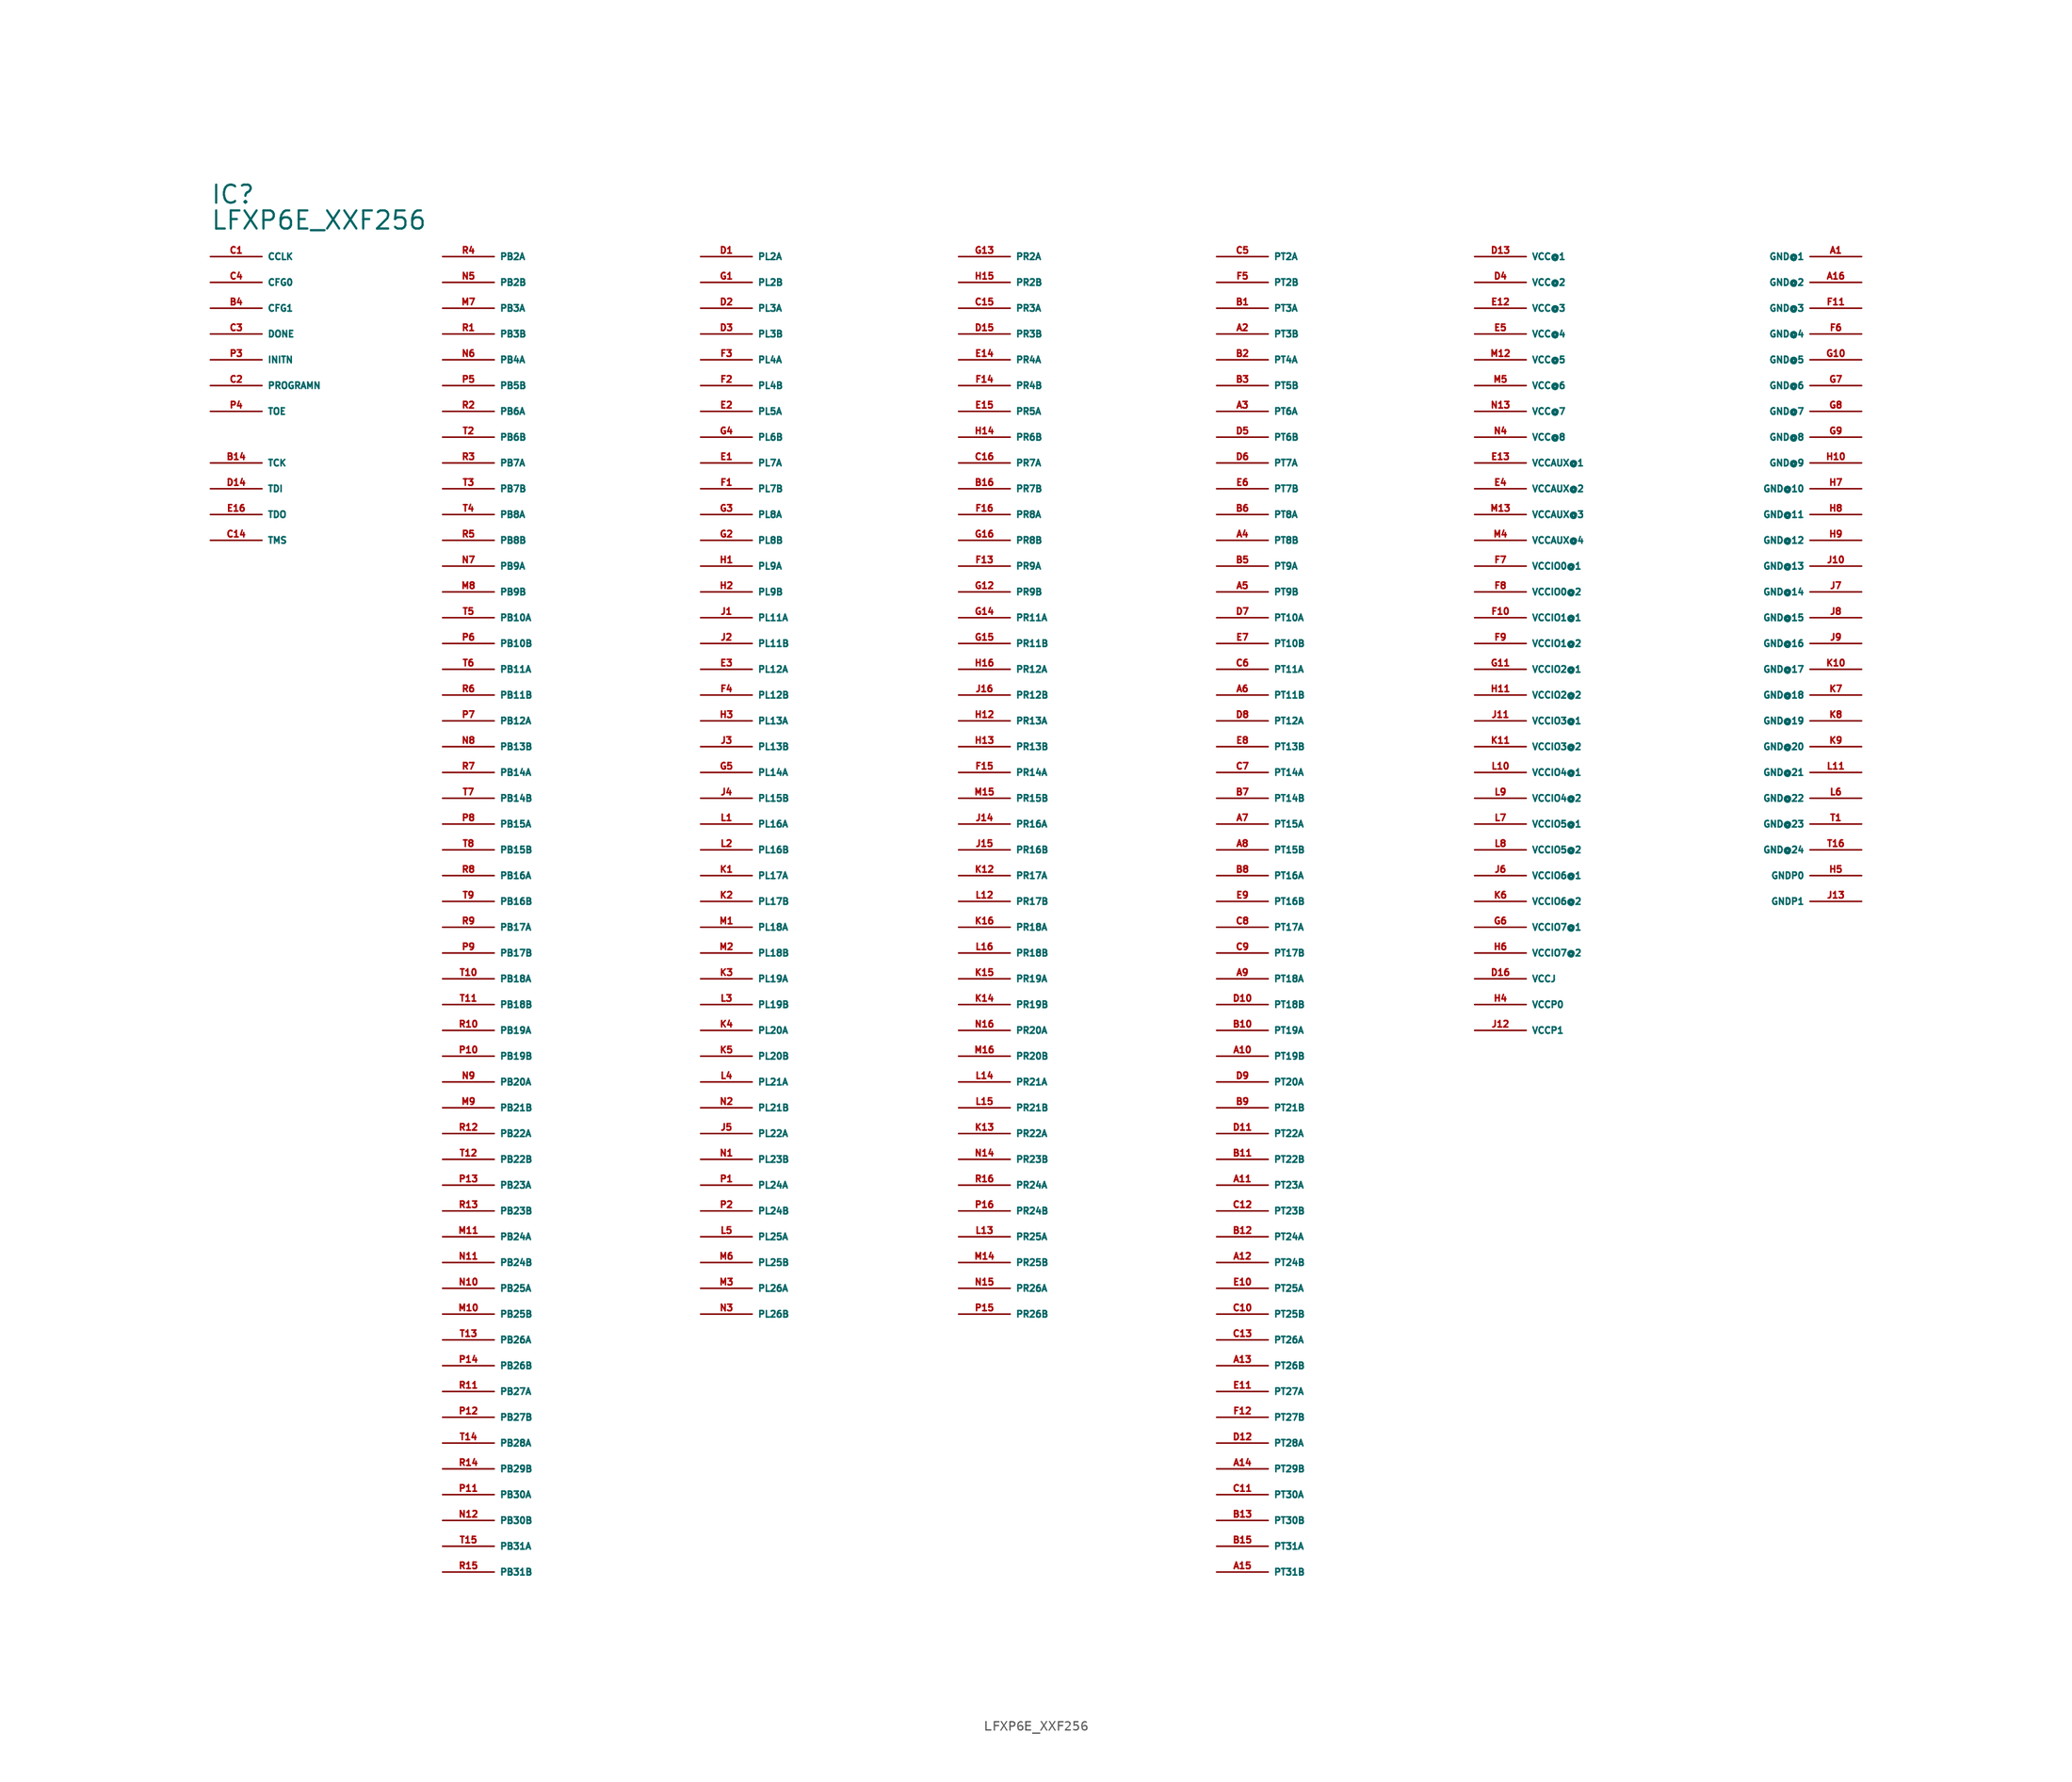
<source format=kicad_sym>
(kicad_symbol_lib
  (version 20220914)
  (generator Eagle2Kicad)
  (symbol "LFXP6E_XXF256"
    (property "Reference" "IC"
      (at -78.74 86.36 0)
      (effects (font (size 1.778 1.778) (thickness 0.22)) (justify left bottom)))
    (property "Value" "LFXP6E_XXF256"
      (at -78.74 83.82 0)
      (effects (font (size 1.778 1.778) (thickness 0.22)) (justify left bottom)))
    (pin bidirectional line
      (at -78.74 81.28 0)
      (length 5.08)
      (name "CCLK" (effects (font (size 0.635 0.635) (thickness 0.08)) (justify left bottom)))
      (number "C1" (effects (font (size 0.635 0.635) (thickness 0.08)) (justify left bottom))))
    (pin input line
      (at -78.74 78.74 0)
      (length 5.08)
      (name "CFG0" (effects (font (size 0.635 0.635) (thickness 0.08)) (justify left bottom)))
      (number "C4" (effects (font (size 0.635 0.635) (thickness 0.08)) (justify left bottom))))
    (pin input line
      (at -78.74 76.2 0)
      (length 5.08)
      (name "CFG1" (effects (font (size 0.635 0.635) (thickness 0.08)) (justify left bottom)))
      (number "B4" (effects (font (size 0.635 0.635) (thickness 0.08)) (justify left bottom))))
    (pin bidirectional line
      (at -78.74 73.66 0)
      (length 5.08)
      (name "DONE" (effects (font (size 0.635 0.635) (thickness 0.08)) (justify left bottom)))
      (number "C3" (effects (font (size 0.635 0.635) (thickness 0.08)) (justify left bottom))))
    (pin unspecified line
      (at 83.82 81.28 180)
      (length 5.08)
      (name "GND@1" (effects (font (size 0.635 0.635) (thickness 0.08)) (justify left bottom)))
      (number "A1" (effects (font (size 0.635 0.635) (thickness 0.08)) (justify left bottom))))
    (pin unspecified line
      (at 83.82 78.74 180)
      (length 5.08)
      (name "GND@2" (effects (font (size 0.635 0.635) (thickness 0.08)) (justify left bottom)))
      (number "A16" (effects (font (size 0.635 0.635) (thickness 0.08)) (justify left bottom))))
    (pin unspecified line
      (at 83.82 76.2 180)
      (length 5.08)
      (name "GND@3" (effects (font (size 0.635 0.635) (thickness 0.08)) (justify left bottom)))
      (number "F11" (effects (font (size 0.635 0.635) (thickness 0.08)) (justify left bottom))))
    (pin unspecified line
      (at 83.82 73.66 180)
      (length 5.08)
      (name "GND@4" (effects (font (size 0.635 0.635) (thickness 0.08)) (justify left bottom)))
      (number "F6" (effects (font (size 0.635 0.635) (thickness 0.08)) (justify left bottom))))
    (pin unspecified line
      (at 83.82 71.12 180)
      (length 5.08)
      (name "GND@5" (effects (font (size 0.635 0.635) (thickness 0.08)) (justify left bottom)))
      (number "G10" (effects (font (size 0.635 0.635) (thickness 0.08)) (justify left bottom))))
    (pin unspecified line
      (at 83.82 68.58 180)
      (length 5.08)
      (name "GND@6" (effects (font (size 0.635 0.635) (thickness 0.08)) (justify left bottom)))
      (number "G7" (effects (font (size 0.635 0.635) (thickness 0.08)) (justify left bottom))))
    (pin unspecified line
      (at 83.82 66.04 180)
      (length 5.08)
      (name "GND@7" (effects (font (size 0.635 0.635) (thickness 0.08)) (justify left bottom)))
      (number "G8" (effects (font (size 0.635 0.635) (thickness 0.08)) (justify left bottom))))
    (pin unspecified line
      (at 83.82 63.5 180)
      (length 5.08)
      (name "GND@8" (effects (font (size 0.635 0.635) (thickness 0.08)) (justify left bottom)))
      (number "G9" (effects (font (size 0.635 0.635) (thickness 0.08)) (justify left bottom))))
    (pin unspecified line
      (at 83.82 60.96 180)
      (length 5.08)
      (name "GND@9" (effects (font (size 0.635 0.635) (thickness 0.08)) (justify left bottom)))
      (number "H10" (effects (font (size 0.635 0.635) (thickness 0.08)) (justify left bottom))))
    (pin unspecified line
      (at 83.82 58.42 180)
      (length 5.08)
      (name "GND@10" (effects (font (size 0.635 0.635) (thickness 0.08)) (justify left bottom)))
      (number "H7" (effects (font (size 0.635 0.635) (thickness 0.08)) (justify left bottom))))
    (pin unspecified line
      (at 83.82 55.88 180)
      (length 5.08)
      (name "GND@11" (effects (font (size 0.635 0.635) (thickness 0.08)) (justify left bottom)))
      (number "H8" (effects (font (size 0.635 0.635) (thickness 0.08)) (justify left bottom))))
    (pin unspecified line
      (at 83.82 53.34 180)
      (length 5.08)
      (name "GND@12" (effects (font (size 0.635 0.635) (thickness 0.08)) (justify left bottom)))
      (number "H9" (effects (font (size 0.635 0.635) (thickness 0.08)) (justify left bottom))))
    (pin unspecified line
      (at 83.82 50.8 180)
      (length 5.08)
      (name "GND@13" (effects (font (size 0.635 0.635) (thickness 0.08)) (justify left bottom)))
      (number "J10" (effects (font (size 0.635 0.635) (thickness 0.08)) (justify left bottom))))
    (pin unspecified line
      (at 83.82 48.26 180)
      (length 5.08)
      (name "GND@14" (effects (font (size 0.635 0.635) (thickness 0.08)) (justify left bottom)))
      (number "J7" (effects (font (size 0.635 0.635) (thickness 0.08)) (justify left bottom))))
    (pin unspecified line
      (at 83.82 45.72 180)
      (length 5.08)
      (name "GND@15" (effects (font (size 0.635 0.635) (thickness 0.08)) (justify left bottom)))
      (number "J8" (effects (font (size 0.635 0.635) (thickness 0.08)) (justify left bottom))))
    (pin unspecified line
      (at 83.82 43.18 180)
      (length 5.08)
      (name "GND@16" (effects (font (size 0.635 0.635) (thickness 0.08)) (justify left bottom)))
      (number "J9" (effects (font (size 0.635 0.635) (thickness 0.08)) (justify left bottom))))
    (pin unspecified line
      (at 83.82 40.64 180)
      (length 5.08)
      (name "GND@17" (effects (font (size 0.635 0.635) (thickness 0.08)) (justify left bottom)))
      (number "K10" (effects (font (size 0.635 0.635) (thickness 0.08)) (justify left bottom))))
    (pin unspecified line
      (at 83.82 38.1 180)
      (length 5.08)
      (name "GND@18" (effects (font (size 0.635 0.635) (thickness 0.08)) (justify left bottom)))
      (number "K7" (effects (font (size 0.635 0.635) (thickness 0.08)) (justify left bottom))))
    (pin unspecified line
      (at 83.82 35.56 180)
      (length 5.08)
      (name "GND@19" (effects (font (size 0.635 0.635) (thickness 0.08)) (justify left bottom)))
      (number "K8" (effects (font (size 0.635 0.635) (thickness 0.08)) (justify left bottom))))
    (pin unspecified line
      (at 83.82 33.02 180)
      (length 5.08)
      (name "GND@20" (effects (font (size 0.635 0.635) (thickness 0.08)) (justify left bottom)))
      (number "K9" (effects (font (size 0.635 0.635) (thickness 0.08)) (justify left bottom))))
    (pin unspecified line
      (at 83.82 30.48 180)
      (length 5.08)
      (name "GND@21" (effects (font (size 0.635 0.635) (thickness 0.08)) (justify left bottom)))
      (number "L11" (effects (font (size 0.635 0.635) (thickness 0.08)) (justify left bottom))))
    (pin unspecified line
      (at 83.82 27.94 180)
      (length 5.08)
      (name "GND@22" (effects (font (size 0.635 0.635) (thickness 0.08)) (justify left bottom)))
      (number "L6" (effects (font (size 0.635 0.635) (thickness 0.08)) (justify left bottom))))
    (pin unspecified line
      (at 83.82 25.4 180)
      (length 5.08)
      (name "GND@23" (effects (font (size 0.635 0.635) (thickness 0.08)) (justify left bottom)))
      (number "T1" (effects (font (size 0.635 0.635) (thickness 0.08)) (justify left bottom))))
    (pin unspecified line
      (at 83.82 22.86 180)
      (length 5.08)
      (name "GND@24" (effects (font (size 0.635 0.635) (thickness 0.08)) (justify left bottom)))
      (number "T16" (effects (font (size 0.635 0.635) (thickness 0.08)) (justify left bottom))))
    (pin unspecified line
      (at 83.82 20.32 180)
      (length 5.08)
      (name "GNDP0" (effects (font (size 0.635 0.635) (thickness 0.08)) (justify left bottom)))
      (number "H5" (effects (font (size 0.635 0.635) (thickness 0.08)) (justify left bottom))))
    (pin unspecified line
      (at 83.82 17.78 180)
      (length 5.08)
      (name "GNDP1" (effects (font (size 0.635 0.635) (thickness 0.08)) (justify left bottom)))
      (number "J13" (effects (font (size 0.635 0.635) (thickness 0.08)) (justify left bottom))))
    (pin bidirectional line
      (at -78.74 71.12 0)
      (length 5.08)
      (name "INITN" (effects (font (size 0.635 0.635) (thickness 0.08)) (justify left bottom)))
      (number "P3" (effects (font (size 0.635 0.635) (thickness 0.08)) (justify left bottom))))
    (pin bidirectional line
      (at -55.88 81.28 0)
      (length 5.08)
      (name "PB2A" (effects (font (size 0.635 0.635) (thickness 0.08)) (justify left bottom)))
      (number "R4" (effects (font (size 0.635 0.635) (thickness 0.08)) (justify left bottom))))
    (pin bidirectional line
      (at -55.88 78.74 0)
      (length 5.08)
      (name "PB2B" (effects (font (size 0.635 0.635) (thickness 0.08)) (justify left bottom)))
      (number "N5" (effects (font (size 0.635 0.635) (thickness 0.08)) (justify left bottom))))
    (pin bidirectional line
      (at -55.88 76.2 0)
      (length 5.08)
      (name "PB3A" (effects (font (size 0.635 0.635) (thickness 0.08)) (justify left bottom)))
      (number "M7" (effects (font (size 0.635 0.635) (thickness 0.08)) (justify left bottom))))
    (pin bidirectional line
      (at -55.88 73.66 0)
      (length 5.08)
      (name "PB3B" (effects (font (size 0.635 0.635) (thickness 0.08)) (justify left bottom)))
      (number "R1" (effects (font (size 0.635 0.635) (thickness 0.08)) (justify left bottom))))
    (pin bidirectional line
      (at -55.88 71.12 0)
      (length 5.08)
      (name "PB4A" (effects (font (size 0.635 0.635) (thickness 0.08)) (justify left bottom)))
      (number "N6" (effects (font (size 0.635 0.635) (thickness 0.08)) (justify left bottom))))
    (pin bidirectional line
      (at -55.88 68.58 0)
      (length 5.08)
      (name "PB5B" (effects (font (size 0.635 0.635) (thickness 0.08)) (justify left bottom)))
      (number "P5" (effects (font (size 0.635 0.635) (thickness 0.08)) (justify left bottom))))
    (pin bidirectional line
      (at -55.88 66.04 0)
      (length 5.08)
      (name "PB6A" (effects (font (size 0.635 0.635) (thickness 0.08)) (justify left bottom)))
      (number "R2" (effects (font (size 0.635 0.635) (thickness 0.08)) (justify left bottom))))
    (pin bidirectional line
      (at -55.88 63.5 0)
      (length 5.08)
      (name "PB6B" (effects (font (size 0.635 0.635) (thickness 0.08)) (justify left bottom)))
      (number "T2" (effects (font (size 0.635 0.635) (thickness 0.08)) (justify left bottom))))
    (pin bidirectional line
      (at -55.88 60.96 0)
      (length 5.08)
      (name "PB7A" (effects (font (size 0.635 0.635) (thickness 0.08)) (justify left bottom)))
      (number "R3" (effects (font (size 0.635 0.635) (thickness 0.08)) (justify left bottom))))
    (pin bidirectional line
      (at -55.88 58.42 0)
      (length 5.08)
      (name "PB7B" (effects (font (size 0.635 0.635) (thickness 0.08)) (justify left bottom)))
      (number "T3" (effects (font (size 0.635 0.635) (thickness 0.08)) (justify left bottom))))
    (pin bidirectional line
      (at -55.88 55.88 0)
      (length 5.08)
      (name "PB8A" (effects (font (size 0.635 0.635) (thickness 0.08)) (justify left bottom)))
      (number "T4" (effects (font (size 0.635 0.635) (thickness 0.08)) (justify left bottom))))
    (pin bidirectional line
      (at -55.88 53.34 0)
      (length 5.08)
      (name "PB8B" (effects (font (size 0.635 0.635) (thickness 0.08)) (justify left bottom)))
      (number "R5" (effects (font (size 0.635 0.635) (thickness 0.08)) (justify left bottom))))
    (pin bidirectional line
      (at -55.88 50.8 0)
      (length 5.08)
      (name "PB9A" (effects (font (size 0.635 0.635) (thickness 0.08)) (justify left bottom)))
      (number "N7" (effects (font (size 0.635 0.635) (thickness 0.08)) (justify left bottom))))
    (pin bidirectional line
      (at -55.88 48.26 0)
      (length 5.08)
      (name "PB9B" (effects (font (size 0.635 0.635) (thickness 0.08)) (justify left bottom)))
      (number "M8" (effects (font (size 0.635 0.635) (thickness 0.08)) (justify left bottom))))
    (pin bidirectional line
      (at -55.88 45.72 0)
      (length 5.08)
      (name "PB10A" (effects (font (size 0.635 0.635) (thickness 0.08)) (justify left bottom)))
      (number "T5" (effects (font (size 0.635 0.635) (thickness 0.08)) (justify left bottom))))
    (pin bidirectional line
      (at -55.88 43.18 0)
      (length 5.08)
      (name "PB10B" (effects (font (size 0.635 0.635) (thickness 0.08)) (justify left bottom)))
      (number "P6" (effects (font (size 0.635 0.635) (thickness 0.08)) (justify left bottom))))
    (pin bidirectional line
      (at -55.88 40.64 0)
      (length 5.08)
      (name "PB11A" (effects (font (size 0.635 0.635) (thickness 0.08)) (justify left bottom)))
      (number "T6" (effects (font (size 0.635 0.635) (thickness 0.08)) (justify left bottom))))
    (pin bidirectional line
      (at -55.88 38.1 0)
      (length 5.08)
      (name "PB11B" (effects (font (size 0.635 0.635) (thickness 0.08)) (justify left bottom)))
      (number "R6" (effects (font (size 0.635 0.635) (thickness 0.08)) (justify left bottom))))
    (pin bidirectional line
      (at -55.88 35.56 0)
      (length 5.08)
      (name "PB12A" (effects (font (size 0.635 0.635) (thickness 0.08)) (justify left bottom)))
      (number "P7" (effects (font (size 0.635 0.635) (thickness 0.08)) (justify left bottom))))
    (pin bidirectional line
      (at -55.88 33.02 0)
      (length 5.08)
      (name "PB13B" (effects (font (size 0.635 0.635) (thickness 0.08)) (justify left bottom)))
      (number "N8" (effects (font (size 0.635 0.635) (thickness 0.08)) (justify left bottom))))
    (pin bidirectional line
      (at -55.88 30.48 0)
      (length 5.08)
      (name "PB14A" (effects (font (size 0.635 0.635) (thickness 0.08)) (justify left bottom)))
      (number "R7" (effects (font (size 0.635 0.635) (thickness 0.08)) (justify left bottom))))
    (pin bidirectional line
      (at -55.88 27.94 0)
      (length 5.08)
      (name "PB14B" (effects (font (size 0.635 0.635) (thickness 0.08)) (justify left bottom)))
      (number "T7" (effects (font (size 0.635 0.635) (thickness 0.08)) (justify left bottom))))
    (pin bidirectional line
      (at -55.88 25.4 0)
      (length 5.08)
      (name "PB15A" (effects (font (size 0.635 0.635) (thickness 0.08)) (justify left bottom)))
      (number "P8" (effects (font (size 0.635 0.635) (thickness 0.08)) (justify left bottom))))
    (pin bidirectional line
      (at -55.88 22.86 0)
      (length 5.08)
      (name "PB15B" (effects (font (size 0.635 0.635) (thickness 0.08)) (justify left bottom)))
      (number "T8" (effects (font (size 0.635 0.635) (thickness 0.08)) (justify left bottom))))
    (pin bidirectional line
      (at -55.88 20.32 0)
      (length 5.08)
      (name "PB16A" (effects (font (size 0.635 0.635) (thickness 0.08)) (justify left bottom)))
      (number "R8" (effects (font (size 0.635 0.635) (thickness 0.08)) (justify left bottom))))
    (pin bidirectional line
      (at -55.88 17.78 0)
      (length 5.08)
      (name "PB16B" (effects (font (size 0.635 0.635) (thickness 0.08)) (justify left bottom)))
      (number "T9" (effects (font (size 0.635 0.635) (thickness 0.08)) (justify left bottom))))
    (pin bidirectional line
      (at -55.88 15.24 0)
      (length 5.08)
      (name "PB17A" (effects (font (size 0.635 0.635) (thickness 0.08)) (justify left bottom)))
      (number "R9" (effects (font (size 0.635 0.635) (thickness 0.08)) (justify left bottom))))
    (pin bidirectional line
      (at -55.88 12.7 0)
      (length 5.08)
      (name "PB17B" (effects (font (size 0.635 0.635) (thickness 0.08)) (justify left bottom)))
      (number "P9" (effects (font (size 0.635 0.635) (thickness 0.08)) (justify left bottom))))
    (pin bidirectional line
      (at -55.88 10.16 0)
      (length 5.08)
      (name "PB18A" (effects (font (size 0.635 0.635) (thickness 0.08)) (justify left bottom)))
      (number "T10" (effects (font (size 0.635 0.635) (thickness 0.08)) (justify left bottom))))
    (pin bidirectional line
      (at -55.88 7.62 0)
      (length 5.08)
      (name "PB18B" (effects (font (size 0.635 0.635) (thickness 0.08)) (justify left bottom)))
      (number "T11" (effects (font (size 0.635 0.635) (thickness 0.08)) (justify left bottom))))
    (pin bidirectional line
      (at -55.88 5.08 0)
      (length 5.08)
      (name "PB19A" (effects (font (size 0.635 0.635) (thickness 0.08)) (justify left bottom)))
      (number "R10" (effects (font (size 0.635 0.635) (thickness 0.08)) (justify left bottom))))
    (pin bidirectional line
      (at -55.88 2.54 0)
      (length 5.08)
      (name "PB19B" (effects (font (size 0.635 0.635) (thickness 0.08)) (justify left bottom)))
      (number "P10" (effects (font (size 0.635 0.635) (thickness 0.08)) (justify left bottom))))
    (pin bidirectional line
      (at -55.88 0 0)
      (length 5.08)
      (name "PB20A" (effects (font (size 0.635 0.635) (thickness 0.08)) (justify left bottom)))
      (number "N9" (effects (font (size 0.635 0.635) (thickness 0.08)) (justify left bottom))))
    (pin bidirectional line
      (at -55.88 -2.54 0)
      (length 5.08)
      (name "PB21B" (effects (font (size 0.635 0.635) (thickness 0.08)) (justify left bottom)))
      (number "M9" (effects (font (size 0.635 0.635) (thickness 0.08)) (justify left bottom))))
    (pin bidirectional line
      (at -55.88 -5.08 0)
      (length 5.08)
      (name "PB22A" (effects (font (size 0.635 0.635) (thickness 0.08)) (justify left bottom)))
      (number "R12" (effects (font (size 0.635 0.635) (thickness 0.08)) (justify left bottom))))
    (pin bidirectional line
      (at -55.88 -7.62 0)
      (length 5.08)
      (name "PB22B" (effects (font (size 0.635 0.635) (thickness 0.08)) (justify left bottom)))
      (number "T12" (effects (font (size 0.635 0.635) (thickness 0.08)) (justify left bottom))))
    (pin bidirectional line
      (at -55.88 -10.16 0)
      (length 5.08)
      (name "PB23A" (effects (font (size 0.635 0.635) (thickness 0.08)) (justify left bottom)))
      (number "P13" (effects (font (size 0.635 0.635) (thickness 0.08)) (justify left bottom))))
    (pin bidirectional line
      (at -55.88 -12.7 0)
      (length 5.08)
      (name "PB23B" (effects (font (size 0.635 0.635) (thickness 0.08)) (justify left bottom)))
      (number "R13" (effects (font (size 0.635 0.635) (thickness 0.08)) (justify left bottom))))
    (pin bidirectional line
      (at -55.88 -15.24 0)
      (length 5.08)
      (name "PB24A" (effects (font (size 0.635 0.635) (thickness 0.08)) (justify left bottom)))
      (number "M11" (effects (font (size 0.635 0.635) (thickness 0.08)) (justify left bottom))))
    (pin bidirectional line
      (at -55.88 -17.78 0)
      (length 5.08)
      (name "PB24B" (effects (font (size 0.635 0.635) (thickness 0.08)) (justify left bottom)))
      (number "N11" (effects (font (size 0.635 0.635) (thickness 0.08)) (justify left bottom))))
    (pin bidirectional line
      (at -55.88 -20.32 0)
      (length 5.08)
      (name "PB25A" (effects (font (size 0.635 0.635) (thickness 0.08)) (justify left bottom)))
      (number "N10" (effects (font (size 0.635 0.635) (thickness 0.08)) (justify left bottom))))
    (pin bidirectional line
      (at -55.88 -22.86 0)
      (length 5.08)
      (name "PB25B" (effects (font (size 0.635 0.635) (thickness 0.08)) (justify left bottom)))
      (number "M10" (effects (font (size 0.635 0.635) (thickness 0.08)) (justify left bottom))))
    (pin bidirectional line
      (at -55.88 -25.4 0)
      (length 5.08)
      (name "PB26A" (effects (font (size 0.635 0.635) (thickness 0.08)) (justify left bottom)))
      (number "T13" (effects (font (size 0.635 0.635) (thickness 0.08)) (justify left bottom))))
    (pin bidirectional line
      (at -55.88 -27.94 0)
      (length 5.08)
      (name "PB26B" (effects (font (size 0.635 0.635) (thickness 0.08)) (justify left bottom)))
      (number "P14" (effects (font (size 0.635 0.635) (thickness 0.08)) (justify left bottom))))
    (pin bidirectional line
      (at -55.88 -30.48 0)
      (length 5.08)
      (name "PB27A" (effects (font (size 0.635 0.635) (thickness 0.08)) (justify left bottom)))
      (number "R11" (effects (font (size 0.635 0.635) (thickness 0.08)) (justify left bottom))))
    (pin bidirectional line
      (at -55.88 -33.02 0)
      (length 5.08)
      (name "PB27B" (effects (font (size 0.635 0.635) (thickness 0.08)) (justify left bottom)))
      (number "P12" (effects (font (size 0.635 0.635) (thickness 0.08)) (justify left bottom))))
    (pin bidirectional line
      (at -55.88 -35.56 0)
      (length 5.08)
      (name "PB28A" (effects (font (size 0.635 0.635) (thickness 0.08)) (justify left bottom)))
      (number "T14" (effects (font (size 0.635 0.635) (thickness 0.08)) (justify left bottom))))
    (pin bidirectional line
      (at -55.88 -38.1 0)
      (length 5.08)
      (name "PB29B" (effects (font (size 0.635 0.635) (thickness 0.08)) (justify left bottom)))
      (number "R14" (effects (font (size 0.635 0.635) (thickness 0.08)) (justify left bottom))))
    (pin bidirectional line
      (at -55.88 -40.64 0)
      (length 5.08)
      (name "PB30A" (effects (font (size 0.635 0.635) (thickness 0.08)) (justify left bottom)))
      (number "P11" (effects (font (size 0.635 0.635) (thickness 0.08)) (justify left bottom))))
    (pin bidirectional line
      (at -55.88 -43.18 0)
      (length 5.08)
      (name "PB30B" (effects (font (size 0.635 0.635) (thickness 0.08)) (justify left bottom)))
      (number "N12" (effects (font (size 0.635 0.635) (thickness 0.08)) (justify left bottom))))
    (pin bidirectional line
      (at -55.88 -45.72 0)
      (length 5.08)
      (name "PB31A" (effects (font (size 0.635 0.635) (thickness 0.08)) (justify left bottom)))
      (number "T15" (effects (font (size 0.635 0.635) (thickness 0.08)) (justify left bottom))))
    (pin bidirectional line
      (at -55.88 -48.26 0)
      (length 5.08)
      (name "PB31B" (effects (font (size 0.635 0.635) (thickness 0.08)) (justify left bottom)))
      (number "R15" (effects (font (size 0.635 0.635) (thickness 0.08)) (justify left bottom))))
    (pin bidirectional line
      (at -30.48 81.28 0)
      (length 5.08)
      (name "PL2A" (effects (font (size 0.635 0.635) (thickness 0.08)) (justify left bottom)))
      (number "D1" (effects (font (size 0.635 0.635) (thickness 0.08)) (justify left bottom))))
    (pin bidirectional line
      (at -30.48 78.74 0)
      (length 5.08)
      (name "PL2B" (effects (font (size 0.635 0.635) (thickness 0.08)) (justify left bottom)))
      (number "G1" (effects (font (size 0.635 0.635) (thickness 0.08)) (justify left bottom))))
    (pin bidirectional line
      (at -30.48 76.2 0)
      (length 5.08)
      (name "PL3A" (effects (font (size 0.635 0.635) (thickness 0.08)) (justify left bottom)))
      (number "D2" (effects (font (size 0.635 0.635) (thickness 0.08)) (justify left bottom))))
    (pin bidirectional line
      (at -30.48 73.66 0)
      (length 5.08)
      (name "PL3B" (effects (font (size 0.635 0.635) (thickness 0.08)) (justify left bottom)))
      (number "D3" (effects (font (size 0.635 0.635) (thickness 0.08)) (justify left bottom))))
    (pin bidirectional line
      (at -30.48 71.12 0)
      (length 5.08)
      (name "PL4A" (effects (font (size 0.635 0.635) (thickness 0.08)) (justify left bottom)))
      (number "F3" (effects (font (size 0.635 0.635) (thickness 0.08)) (justify left bottom))))
    (pin bidirectional line
      (at -30.48 68.58 0)
      (length 5.08)
      (name "PL4B" (effects (font (size 0.635 0.635) (thickness 0.08)) (justify left bottom)))
      (number "F2" (effects (font (size 0.635 0.635) (thickness 0.08)) (justify left bottom))))
    (pin bidirectional line
      (at -30.48 66.04 0)
      (length 5.08)
      (name "PL5A" (effects (font (size 0.635 0.635) (thickness 0.08)) (justify left bottom)))
      (number "E2" (effects (font (size 0.635 0.635) (thickness 0.08)) (justify left bottom))))
    (pin bidirectional line
      (at -30.48 63.5 0)
      (length 5.08)
      (name "PL6B" (effects (font (size 0.635 0.635) (thickness 0.08)) (justify left bottom)))
      (number "G4" (effects (font (size 0.635 0.635) (thickness 0.08)) (justify left bottom))))
    (pin bidirectional line
      (at -30.48 60.96 0)
      (length 5.08)
      (name "PL7A" (effects (font (size 0.635 0.635) (thickness 0.08)) (justify left bottom)))
      (number "E1" (effects (font (size 0.635 0.635) (thickness 0.08)) (justify left bottom))))
    (pin bidirectional line
      (at -30.48 58.42 0)
      (length 5.08)
      (name "PL7B" (effects (font (size 0.635 0.635) (thickness 0.08)) (justify left bottom)))
      (number "F1" (effects (font (size 0.635 0.635) (thickness 0.08)) (justify left bottom))))
    (pin bidirectional line
      (at -30.48 55.88 0)
      (length 5.08)
      (name "PL8A" (effects (font (size 0.635 0.635) (thickness 0.08)) (justify left bottom)))
      (number "G3" (effects (font (size 0.635 0.635) (thickness 0.08)) (justify left bottom))))
    (pin bidirectional line
      (at -30.48 53.34 0)
      (length 5.08)
      (name "PL8B" (effects (font (size 0.635 0.635) (thickness 0.08)) (justify left bottom)))
      (number "G2" (effects (font (size 0.635 0.635) (thickness 0.08)) (justify left bottom))))
    (pin bidirectional line
      (at -30.48 50.8 0)
      (length 5.08)
      (name "PL9A" (effects (font (size 0.635 0.635) (thickness 0.08)) (justify left bottom)))
      (number "H1" (effects (font (size 0.635 0.635) (thickness 0.08)) (justify left bottom))))
    (pin bidirectional line
      (at -30.48 48.26 0)
      (length 5.08)
      (name "PL9B" (effects (font (size 0.635 0.635) (thickness 0.08)) (justify left bottom)))
      (number "H2" (effects (font (size 0.635 0.635) (thickness 0.08)) (justify left bottom))))
    (pin bidirectional line
      (at -30.48 45.72 0)
      (length 5.08)
      (name "PL11A" (effects (font (size 0.635 0.635) (thickness 0.08)) (justify left bottom)))
      (number "J1" (effects (font (size 0.635 0.635) (thickness 0.08)) (justify left bottom))))
    (pin bidirectional line
      (at -30.48 43.18 0)
      (length 5.08)
      (name "PL11B" (effects (font (size 0.635 0.635) (thickness 0.08)) (justify left bottom)))
      (number "J2" (effects (font (size 0.635 0.635) (thickness 0.08)) (justify left bottom))))
    (pin bidirectional line
      (at -30.48 40.64 0)
      (length 5.08)
      (name "PL12A" (effects (font (size 0.635 0.635) (thickness 0.08)) (justify left bottom)))
      (number "E3" (effects (font (size 0.635 0.635) (thickness 0.08)) (justify left bottom))))
    (pin bidirectional line
      (at -30.48 38.1 0)
      (length 5.08)
      (name "PL12B" (effects (font (size 0.635 0.635) (thickness 0.08)) (justify left bottom)))
      (number "F4" (effects (font (size 0.635 0.635) (thickness 0.08)) (justify left bottom))))
    (pin bidirectional line
      (at -30.48 35.56 0)
      (length 5.08)
      (name "PL13A" (effects (font (size 0.635 0.635) (thickness 0.08)) (justify left bottom)))
      (number "H3" (effects (font (size 0.635 0.635) (thickness 0.08)) (justify left bottom))))
    (pin bidirectional line
      (at -30.48 33.02 0)
      (length 5.08)
      (name "PL13B" (effects (font (size 0.635 0.635) (thickness 0.08)) (justify left bottom)))
      (number "J3" (effects (font (size 0.635 0.635) (thickness 0.08)) (justify left bottom))))
    (pin bidirectional line
      (at -30.48 30.48 0)
      (length 5.08)
      (name "PL14A" (effects (font (size 0.635 0.635) (thickness 0.08)) (justify left bottom)))
      (number "G5" (effects (font (size 0.635 0.635) (thickness 0.08)) (justify left bottom))))
    (pin bidirectional line
      (at -30.48 27.94 0)
      (length 5.08)
      (name "PL15B" (effects (font (size 0.635 0.635) (thickness 0.08)) (justify left bottom)))
      (number "J4" (effects (font (size 0.635 0.635) (thickness 0.08)) (justify left bottom))))
    (pin bidirectional line
      (at -30.48 25.4 0)
      (length 5.08)
      (name "PL16A" (effects (font (size 0.635 0.635) (thickness 0.08)) (justify left bottom)))
      (number "L1" (effects (font (size 0.635 0.635) (thickness 0.08)) (justify left bottom))))
    (pin bidirectional line
      (at -30.48 22.86 0)
      (length 5.08)
      (name "PL16B" (effects (font (size 0.635 0.635) (thickness 0.08)) (justify left bottom)))
      (number "L2" (effects (font (size 0.635 0.635) (thickness 0.08)) (justify left bottom))))
    (pin bidirectional line
      (at -30.48 20.32 0)
      (length 5.08)
      (name "PL17A" (effects (font (size 0.635 0.635) (thickness 0.08)) (justify left bottom)))
      (number "K1" (effects (font (size 0.635 0.635) (thickness 0.08)) (justify left bottom))))
    (pin bidirectional line
      (at -30.48 17.78 0)
      (length 5.08)
      (name "PL17B" (effects (font (size 0.635 0.635) (thickness 0.08)) (justify left bottom)))
      (number "K2" (effects (font (size 0.635 0.635) (thickness 0.08)) (justify left bottom))))
    (pin bidirectional line
      (at -30.48 15.24 0)
      (length 5.08)
      (name "PL18A" (effects (font (size 0.635 0.635) (thickness 0.08)) (justify left bottom)))
      (number "M1" (effects (font (size 0.635 0.635) (thickness 0.08)) (justify left bottom))))
    (pin bidirectional line
      (at -30.48 12.7 0)
      (length 5.08)
      (name "PL18B" (effects (font (size 0.635 0.635) (thickness 0.08)) (justify left bottom)))
      (number "M2" (effects (font (size 0.635 0.635) (thickness 0.08)) (justify left bottom))))
    (pin bidirectional line
      (at -30.48 10.16 0)
      (length 5.08)
      (name "PL19A" (effects (font (size 0.635 0.635) (thickness 0.08)) (justify left bottom)))
      (number "K3" (effects (font (size 0.635 0.635) (thickness 0.08)) (justify left bottom))))
    (pin bidirectional line
      (at -30.48 7.62 0)
      (length 5.08)
      (name "PL19B" (effects (font (size 0.635 0.635) (thickness 0.08)) (justify left bottom)))
      (number "L3" (effects (font (size 0.635 0.635) (thickness 0.08)) (justify left bottom))))
    (pin bidirectional line
      (at -30.48 5.08 0)
      (length 5.08)
      (name "PL20A" (effects (font (size 0.635 0.635) (thickness 0.08)) (justify left bottom)))
      (number "K4" (effects (font (size 0.635 0.635) (thickness 0.08)) (justify left bottom))))
    (pin bidirectional line
      (at -30.48 2.54 0)
      (length 5.08)
      (name "PL20B" (effects (font (size 0.635 0.635) (thickness 0.08)) (justify left bottom)))
      (number "K5" (effects (font (size 0.635 0.635) (thickness 0.08)) (justify left bottom))))
    (pin bidirectional line
      (at -30.48 0 0)
      (length 5.08)
      (name "PL21A" (effects (font (size 0.635 0.635) (thickness 0.08)) (justify left bottom)))
      (number "L4" (effects (font (size 0.635 0.635) (thickness 0.08)) (justify left bottom))))
    (pin bidirectional line
      (at -30.48 -2.54 0)
      (length 5.08)
      (name "PL21B" (effects (font (size 0.635 0.635) (thickness 0.08)) (justify left bottom)))
      (number "N2" (effects (font (size 0.635 0.635) (thickness 0.08)) (justify left bottom))))
    (pin bidirectional line
      (at -30.48 -5.08 0)
      (length 5.08)
      (name "PL22A" (effects (font (size 0.635 0.635) (thickness 0.08)) (justify left bottom)))
      (number "J5" (effects (font (size 0.635 0.635) (thickness 0.08)) (justify left bottom))))
    (pin bidirectional line
      (at -30.48 -7.62 0)
      (length 5.08)
      (name "PL23B" (effects (font (size 0.635 0.635) (thickness 0.08)) (justify left bottom)))
      (number "N1" (effects (font (size 0.635 0.635) (thickness 0.08)) (justify left bottom))))
    (pin bidirectional line
      (at -30.48 -10.16 0)
      (length 5.08)
      (name "PL24A" (effects (font (size 0.635 0.635) (thickness 0.08)) (justify left bottom)))
      (number "P1" (effects (font (size 0.635 0.635) (thickness 0.08)) (justify left bottom))))
    (pin bidirectional line
      (at -30.48 -12.7 0)
      (length 5.08)
      (name "PL24B" (effects (font (size 0.635 0.635) (thickness 0.08)) (justify left bottom)))
      (number "P2" (effects (font (size 0.635 0.635) (thickness 0.08)) (justify left bottom))))
    (pin bidirectional line
      (at -30.48 -15.24 0)
      (length 5.08)
      (name "PL25A" (effects (font (size 0.635 0.635) (thickness 0.08)) (justify left bottom)))
      (number "L5" (effects (font (size 0.635 0.635) (thickness 0.08)) (justify left bottom))))
    (pin bidirectional line
      (at -30.48 -17.78 0)
      (length 5.08)
      (name "PL25B" (effects (font (size 0.635 0.635) (thickness 0.08)) (justify left bottom)))
      (number "M6" (effects (font (size 0.635 0.635) (thickness 0.08)) (justify left bottom))))
    (pin bidirectional line
      (at -30.48 -20.32 0)
      (length 5.08)
      (name "PL26A" (effects (font (size 0.635 0.635) (thickness 0.08)) (justify left bottom)))
      (number "M3" (effects (font (size 0.635 0.635) (thickness 0.08)) (justify left bottom))))
    (pin bidirectional line
      (at -30.48 -22.86 0)
      (length 5.08)
      (name "PL26B" (effects (font (size 0.635 0.635) (thickness 0.08)) (justify left bottom)))
      (number "N3" (effects (font (size 0.635 0.635) (thickness 0.08)) (justify left bottom))))
    (pin bidirectional line
      (at -5.08 81.28 0)
      (length 5.08)
      (name "PR2A" (effects (font (size 0.635 0.635) (thickness 0.08)) (justify left bottom)))
      (number "G13" (effects (font (size 0.635 0.635) (thickness 0.08)) (justify left bottom))))
    (pin bidirectional line
      (at -5.08 78.74 0)
      (length 5.08)
      (name "PR2B" (effects (font (size 0.635 0.635) (thickness 0.08)) (justify left bottom)))
      (number "H15" (effects (font (size 0.635 0.635) (thickness 0.08)) (justify left bottom))))
    (pin bidirectional line
      (at -5.08 76.2 0)
      (length 5.08)
      (name "PR3A" (effects (font (size 0.635 0.635) (thickness 0.08)) (justify left bottom)))
      (number "C15" (effects (font (size 0.635 0.635) (thickness 0.08)) (justify left bottom))))
    (pin bidirectional line
      (at -5.08 73.66 0)
      (length 5.08)
      (name "PR3B" (effects (font (size 0.635 0.635) (thickness 0.08)) (justify left bottom)))
      (number "D15" (effects (font (size 0.635 0.635) (thickness 0.08)) (justify left bottom))))
    (pin bidirectional line
      (at -5.08 71.12 0)
      (length 5.08)
      (name "PR4A" (effects (font (size 0.635 0.635) (thickness 0.08)) (justify left bottom)))
      (number "E14" (effects (font (size 0.635 0.635) (thickness 0.08)) (justify left bottom))))
    (pin bidirectional line
      (at -5.08 68.58 0)
      (length 5.08)
      (name "PR4B" (effects (font (size 0.635 0.635) (thickness 0.08)) (justify left bottom)))
      (number "F14" (effects (font (size 0.635 0.635) (thickness 0.08)) (justify left bottom))))
    (pin bidirectional line
      (at -5.08 66.04 0)
      (length 5.08)
      (name "PR5A" (effects (font (size 0.635 0.635) (thickness 0.08)) (justify left bottom)))
      (number "E15" (effects (font (size 0.635 0.635) (thickness 0.08)) (justify left bottom))))
    (pin bidirectional line
      (at -5.08 63.5 0)
      (length 5.08)
      (name "PR6B" (effects (font (size 0.635 0.635) (thickness 0.08)) (justify left bottom)))
      (number "H14" (effects (font (size 0.635 0.635) (thickness 0.08)) (justify left bottom))))
    (pin bidirectional line
      (at -5.08 60.96 0)
      (length 5.08)
      (name "PR7A" (effects (font (size 0.635 0.635) (thickness 0.08)) (justify left bottom)))
      (number "C16" (effects (font (size 0.635 0.635) (thickness 0.08)) (justify left bottom))))
    (pin bidirectional line
      (at -5.08 58.42 0)
      (length 5.08)
      (name "PR7B" (effects (font (size 0.635 0.635) (thickness 0.08)) (justify left bottom)))
      (number "B16" (effects (font (size 0.635 0.635) (thickness 0.08)) (justify left bottom))))
    (pin bidirectional line
      (at -5.08 55.88 0)
      (length 5.08)
      (name "PR8A" (effects (font (size 0.635 0.635) (thickness 0.08)) (justify left bottom)))
      (number "F16" (effects (font (size 0.635 0.635) (thickness 0.08)) (justify left bottom))))
    (pin bidirectional line
      (at -5.08 53.34 0)
      (length 5.08)
      (name "PR8B" (effects (font (size 0.635 0.635) (thickness 0.08)) (justify left bottom)))
      (number "G16" (effects (font (size 0.635 0.635) (thickness 0.08)) (justify left bottom))))
    (pin bidirectional line
      (at -5.08 50.8 0)
      (length 5.08)
      (name "PR9A" (effects (font (size 0.635 0.635) (thickness 0.08)) (justify left bottom)))
      (number "F13" (effects (font (size 0.635 0.635) (thickness 0.08)) (justify left bottom))))
    (pin bidirectional line
      (at -5.08 48.26 0)
      (length 5.08)
      (name "PR9B" (effects (font (size 0.635 0.635) (thickness 0.08)) (justify left bottom)))
      (number "G12" (effects (font (size 0.635 0.635) (thickness 0.08)) (justify left bottom))))
    (pin bidirectional line
      (at -5.08 45.72 0)
      (length 5.08)
      (name "PR11A" (effects (font (size 0.635 0.635) (thickness 0.08)) (justify left bottom)))
      (number "G14" (effects (font (size 0.635 0.635) (thickness 0.08)) (justify left bottom))))
    (pin bidirectional line
      (at -5.08 43.18 0)
      (length 5.08)
      (name "PR11B" (effects (font (size 0.635 0.635) (thickness 0.08)) (justify left bottom)))
      (number "G15" (effects (font (size 0.635 0.635) (thickness 0.08)) (justify left bottom))))
    (pin bidirectional line
      (at -5.08 40.64 0)
      (length 5.08)
      (name "PR12A" (effects (font (size 0.635 0.635) (thickness 0.08)) (justify left bottom)))
      (number "H16" (effects (font (size 0.635 0.635) (thickness 0.08)) (justify left bottom))))
    (pin bidirectional line
      (at -5.08 38.1 0)
      (length 5.08)
      (name "PR12B" (effects (font (size 0.635 0.635) (thickness 0.08)) (justify left bottom)))
      (number "J16" (effects (font (size 0.635 0.635) (thickness 0.08)) (justify left bottom))))
    (pin bidirectional line
      (at -5.08 35.56 0)
      (length 5.08)
      (name "PR13A" (effects (font (size 0.635 0.635) (thickness 0.08)) (justify left bottom)))
      (number "H12" (effects (font (size 0.635 0.635) (thickness 0.08)) (justify left bottom))))
    (pin bidirectional line
      (at -5.08 33.02 0)
      (length 5.08)
      (name "PR13B" (effects (font (size 0.635 0.635) (thickness 0.08)) (justify left bottom)))
      (number "H13" (effects (font (size 0.635 0.635) (thickness 0.08)) (justify left bottom))))
    (pin bidirectional line
      (at -5.08 30.48 0)
      (length 5.08)
      (name "PR14A" (effects (font (size 0.635 0.635) (thickness 0.08)) (justify left bottom)))
      (number "F15" (effects (font (size 0.635 0.635) (thickness 0.08)) (justify left bottom))))
    (pin bidirectional line
      (at -5.08 27.94 0)
      (length 5.08)
      (name "PR15B" (effects (font (size 0.635 0.635) (thickness 0.08)) (justify left bottom)))
      (number "M15" (effects (font (size 0.635 0.635) (thickness 0.08)) (justify left bottom))))
    (pin bidirectional line
      (at -5.08 25.4 0)
      (length 5.08)
      (name "PR16A" (effects (font (size 0.635 0.635) (thickness 0.08)) (justify left bottom)))
      (number "J14" (effects (font (size 0.635 0.635) (thickness 0.08)) (justify left bottom))))
    (pin bidirectional line
      (at -5.08 22.86 0)
      (length 5.08)
      (name "PR16B" (effects (font (size 0.635 0.635) (thickness 0.08)) (justify left bottom)))
      (number "J15" (effects (font (size 0.635 0.635) (thickness 0.08)) (justify left bottom))))
    (pin bidirectional line
      (at -5.08 20.32 0)
      (length 5.08)
      (name "PR17A" (effects (font (size 0.635 0.635) (thickness 0.08)) (justify left bottom)))
      (number "K12" (effects (font (size 0.635 0.635) (thickness 0.08)) (justify left bottom))))
    (pin bidirectional line
      (at -5.08 17.78 0)
      (length 5.08)
      (name "PR17B" (effects (font (size 0.635 0.635) (thickness 0.08)) (justify left bottom)))
      (number "L12" (effects (font (size 0.635 0.635) (thickness 0.08)) (justify left bottom))))
    (pin bidirectional line
      (at -5.08 15.24 0)
      (length 5.08)
      (name "PR18A" (effects (font (size 0.635 0.635) (thickness 0.08)) (justify left bottom)))
      (number "K16" (effects (font (size 0.635 0.635) (thickness 0.08)) (justify left bottom))))
    (pin bidirectional line
      (at -5.08 12.7 0)
      (length 5.08)
      (name "PR18B" (effects (font (size 0.635 0.635) (thickness 0.08)) (justify left bottom)))
      (number "L16" (effects (font (size 0.635 0.635) (thickness 0.08)) (justify left bottom))))
    (pin bidirectional line
      (at -5.08 10.16 0)
      (length 5.08)
      (name "PR19A" (effects (font (size 0.635 0.635) (thickness 0.08)) (justify left bottom)))
      (number "K15" (effects (font (size 0.635 0.635) (thickness 0.08)) (justify left bottom))))
    (pin bidirectional line
      (at -5.08 7.62 0)
      (length 5.08)
      (name "PR19B" (effects (font (size 0.635 0.635) (thickness 0.08)) (justify left bottom)))
      (number "K14" (effects (font (size 0.635 0.635) (thickness 0.08)) (justify left bottom))))
    (pin bidirectional line
      (at -5.08 5.08 0)
      (length 5.08)
      (name "PR20A" (effects (font (size 0.635 0.635) (thickness 0.08)) (justify left bottom)))
      (number "N16" (effects (font (size 0.635 0.635) (thickness 0.08)) (justify left bottom))))
    (pin bidirectional line
      (at -5.08 2.54 0)
      (length 5.08)
      (name "PR20B" (effects (font (size 0.635 0.635) (thickness 0.08)) (justify left bottom)))
      (number "M16" (effects (font (size 0.635 0.635) (thickness 0.08)) (justify left bottom))))
    (pin bidirectional line
      (at -5.08 0 0)
      (length 5.08)
      (name "PR21A" (effects (font (size 0.635 0.635) (thickness 0.08)) (justify left bottom)))
      (number "L14" (effects (font (size 0.635 0.635) (thickness 0.08)) (justify left bottom))))
    (pin bidirectional line
      (at -5.08 -2.54 0)
      (length 5.08)
      (name "PR21B" (effects (font (size 0.635 0.635) (thickness 0.08)) (justify left bottom)))
      (number "L15" (effects (font (size 0.635 0.635) (thickness 0.08)) (justify left bottom))))
    (pin bidirectional line
      (at -5.08 -5.08 0)
      (length 5.08)
      (name "PR22A" (effects (font (size 0.635 0.635) (thickness 0.08)) (justify left bottom)))
      (number "K13" (effects (font (size 0.635 0.635) (thickness 0.08)) (justify left bottom))))
    (pin bidirectional line
      (at -5.08 -7.62 0)
      (length 5.08)
      (name "PR23B" (effects (font (size 0.635 0.635) (thickness 0.08)) (justify left bottom)))
      (number "N14" (effects (font (size 0.635 0.635) (thickness 0.08)) (justify left bottom))))
    (pin bidirectional line
      (at -5.08 -10.16 0)
      (length 5.08)
      (name "PR24A" (effects (font (size 0.635 0.635) (thickness 0.08)) (justify left bottom)))
      (number "R16" (effects (font (size 0.635 0.635) (thickness 0.08)) (justify left bottom))))
    (pin bidirectional line
      (at -5.08 -12.7 0)
      (length 5.08)
      (name "PR24B" (effects (font (size 0.635 0.635) (thickness 0.08)) (justify left bottom)))
      (number "P16" (effects (font (size 0.635 0.635) (thickness 0.08)) (justify left bottom))))
    (pin bidirectional line
      (at -5.08 -15.24 0)
      (length 5.08)
      (name "PR25A" (effects (font (size 0.635 0.635) (thickness 0.08)) (justify left bottom)))
      (number "L13" (effects (font (size 0.635 0.635) (thickness 0.08)) (justify left bottom))))
    (pin bidirectional line
      (at -5.08 -17.78 0)
      (length 5.08)
      (name "PR25B" (effects (font (size 0.635 0.635) (thickness 0.08)) (justify left bottom)))
      (number "M14" (effects (font (size 0.635 0.635) (thickness 0.08)) (justify left bottom))))
    (pin bidirectional line
      (at -5.08 -20.32 0)
      (length 5.08)
      (name "PR26A" (effects (font (size 0.635 0.635) (thickness 0.08)) (justify left bottom)))
      (number "N15" (effects (font (size 0.635 0.635) (thickness 0.08)) (justify left bottom))))
    (pin bidirectional line
      (at -5.08 -22.86 0)
      (length 5.08)
      (name "PR26B" (effects (font (size 0.635 0.635) (thickness 0.08)) (justify left bottom)))
      (number "P15" (effects (font (size 0.635 0.635) (thickness 0.08)) (justify left bottom))))
    (pin input line
      (at -78.74 68.58 0)
      (length 5.08)
      (name "PROGRAMN" (effects (font (size 0.635 0.635) (thickness 0.08)) (justify left bottom)))
      (number "C2" (effects (font (size 0.635 0.635) (thickness 0.08)) (justify left bottom))))
    (pin bidirectional line
      (at 20.32 81.28 0)
      (length 5.08)
      (name "PT2A" (effects (font (size 0.635 0.635) (thickness 0.08)) (justify left bottom)))
      (number "C5" (effects (font (size 0.635 0.635) (thickness 0.08)) (justify left bottom))))
    (pin bidirectional line
      (at 20.32 78.74 0)
      (length 5.08)
      (name "PT2B" (effects (font (size 0.635 0.635) (thickness 0.08)) (justify left bottom)))
      (number "F5" (effects (font (size 0.635 0.635) (thickness 0.08)) (justify left bottom))))
    (pin bidirectional line
      (at 20.32 76.2 0)
      (length 5.08)
      (name "PT3A" (effects (font (size 0.635 0.635) (thickness 0.08)) (justify left bottom)))
      (number "B1" (effects (font (size 0.635 0.635) (thickness 0.08)) (justify left bottom))))
    (pin bidirectional line
      (at 20.32 73.66 0)
      (length 5.08)
      (name "PT3B" (effects (font (size 0.635 0.635) (thickness 0.08)) (justify left bottom)))
      (number "A2" (effects (font (size 0.635 0.635) (thickness 0.08)) (justify left bottom))))
    (pin bidirectional line
      (at 20.32 71.12 0)
      (length 5.08)
      (name "PT4A" (effects (font (size 0.635 0.635) (thickness 0.08)) (justify left bottom)))
      (number "B2" (effects (font (size 0.635 0.635) (thickness 0.08)) (justify left bottom))))
    (pin bidirectional line
      (at 20.32 68.58 0)
      (length 5.08)
      (name "PT5B" (effects (font (size 0.635 0.635) (thickness 0.08)) (justify left bottom)))
      (number "B3" (effects (font (size 0.635 0.635) (thickness 0.08)) (justify left bottom))))
    (pin bidirectional line
      (at 20.32 66.04 0)
      (length 5.08)
      (name "PT6A" (effects (font (size 0.635 0.635) (thickness 0.08)) (justify left bottom)))
      (number "A3" (effects (font (size 0.635 0.635) (thickness 0.08)) (justify left bottom))))
    (pin bidirectional line
      (at 20.32 63.5 0)
      (length 5.08)
      (name "PT6B" (effects (font (size 0.635 0.635) (thickness 0.08)) (justify left bottom)))
      (number "D5" (effects (font (size 0.635 0.635) (thickness 0.08)) (justify left bottom))))
    (pin bidirectional line
      (at 20.32 60.96 0)
      (length 5.08)
      (name "PT7A" (effects (font (size 0.635 0.635) (thickness 0.08)) (justify left bottom)))
      (number "D6" (effects (font (size 0.635 0.635) (thickness 0.08)) (justify left bottom))))
    (pin bidirectional line
      (at 20.32 58.42 0)
      (length 5.08)
      (name "PT7B" (effects (font (size 0.635 0.635) (thickness 0.08)) (justify left bottom)))
      (number "E6" (effects (font (size 0.635 0.635) (thickness 0.08)) (justify left bottom))))
    (pin bidirectional line
      (at 20.32 55.88 0)
      (length 5.08)
      (name "PT8A" (effects (font (size 0.635 0.635) (thickness 0.08)) (justify left bottom)))
      (number "B6" (effects (font (size 0.635 0.635) (thickness 0.08)) (justify left bottom))))
    (pin bidirectional line
      (at 20.32 53.34 0)
      (length 5.08)
      (name "PT8B" (effects (font (size 0.635 0.635) (thickness 0.08)) (justify left bottom)))
      (number "A4" (effects (font (size 0.635 0.635) (thickness 0.08)) (justify left bottom))))
    (pin bidirectional line
      (at 20.32 50.8 0)
      (length 5.08)
      (name "PT9A" (effects (font (size 0.635 0.635) (thickness 0.08)) (justify left bottom)))
      (number "B5" (effects (font (size 0.635 0.635) (thickness 0.08)) (justify left bottom))))
    (pin bidirectional line
      (at 20.32 48.26 0)
      (length 5.08)
      (name "PT9B" (effects (font (size 0.635 0.635) (thickness 0.08)) (justify left bottom)))
      (number "A5" (effects (font (size 0.635 0.635) (thickness 0.08)) (justify left bottom))))
    (pin bidirectional line
      (at 20.32 45.72 0)
      (length 5.08)
      (name "PT10A" (effects (font (size 0.635 0.635) (thickness 0.08)) (justify left bottom)))
      (number "D7" (effects (font (size 0.635 0.635) (thickness 0.08)) (justify left bottom))))
    (pin bidirectional line
      (at 20.32 43.18 0)
      (length 5.08)
      (name "PT10B" (effects (font (size 0.635 0.635) (thickness 0.08)) (justify left bottom)))
      (number "E7" (effects (font (size 0.635 0.635) (thickness 0.08)) (justify left bottom))))
    (pin bidirectional line
      (at 20.32 40.64 0)
      (length 5.08)
      (name "PT11A" (effects (font (size 0.635 0.635) (thickness 0.08)) (justify left bottom)))
      (number "C6" (effects (font (size 0.635 0.635) (thickness 0.08)) (justify left bottom))))
    (pin bidirectional line
      (at 20.32 38.1 0)
      (length 5.08)
      (name "PT11B" (effects (font (size 0.635 0.635) (thickness 0.08)) (justify left bottom)))
      (number "A6" (effects (font (size 0.635 0.635) (thickness 0.08)) (justify left bottom))))
    (pin bidirectional line
      (at 20.32 35.56 0)
      (length 5.08)
      (name "PT12A" (effects (font (size 0.635 0.635) (thickness 0.08)) (justify left bottom)))
      (number "D8" (effects (font (size 0.635 0.635) (thickness 0.08)) (justify left bottom))))
    (pin bidirectional line
      (at 20.32 33.02 0)
      (length 5.08)
      (name "PT13B" (effects (font (size 0.635 0.635) (thickness 0.08)) (justify left bottom)))
      (number "E8" (effects (font (size 0.635 0.635) (thickness 0.08)) (justify left bottom))))
    (pin bidirectional line
      (at 20.32 30.48 0)
      (length 5.08)
      (name "PT14A" (effects (font (size 0.635 0.635) (thickness 0.08)) (justify left bottom)))
      (number "C7" (effects (font (size 0.635 0.635) (thickness 0.08)) (justify left bottom))))
    (pin bidirectional line
      (at 20.32 27.94 0)
      (length 5.08)
      (name "PT14B" (effects (font (size 0.635 0.635) (thickness 0.08)) (justify left bottom)))
      (number "B7" (effects (font (size 0.635 0.635) (thickness 0.08)) (justify left bottom))))
    (pin bidirectional line
      (at 20.32 25.4 0)
      (length 5.08)
      (name "PT15A" (effects (font (size 0.635 0.635) (thickness 0.08)) (justify left bottom)))
      (number "A7" (effects (font (size 0.635 0.635) (thickness 0.08)) (justify left bottom))))
    (pin bidirectional line
      (at 20.32 22.86 0)
      (length 5.08)
      (name "PT15B" (effects (font (size 0.635 0.635) (thickness 0.08)) (justify left bottom)))
      (number "A8" (effects (font (size 0.635 0.635) (thickness 0.08)) (justify left bottom))))
    (pin bidirectional line
      (at 20.32 20.32 0)
      (length 5.08)
      (name "PT16A" (effects (font (size 0.635 0.635) (thickness 0.08)) (justify left bottom)))
      (number "B8" (effects (font (size 0.635 0.635) (thickness 0.08)) (justify left bottom))))
    (pin bidirectional line
      (at 20.32 17.78 0)
      (length 5.08)
      (name "PT16B" (effects (font (size 0.635 0.635) (thickness 0.08)) (justify left bottom)))
      (number "E9" (effects (font (size 0.635 0.635) (thickness 0.08)) (justify left bottom))))
    (pin bidirectional line
      (at 20.32 15.24 0)
      (length 5.08)
      (name "PT17A" (effects (font (size 0.635 0.635) (thickness 0.08)) (justify left bottom)))
      (number "C8" (effects (font (size 0.635 0.635) (thickness 0.08)) (justify left bottom))))
    (pin bidirectional line
      (at 20.32 12.7 0)
      (length 5.08)
      (name "PT17B" (effects (font (size 0.635 0.635) (thickness 0.08)) (justify left bottom)))
      (number "C9" (effects (font (size 0.635 0.635) (thickness 0.08)) (justify left bottom))))
    (pin bidirectional line
      (at 20.32 10.16 0)
      (length 5.08)
      (name "PT18A" (effects (font (size 0.635 0.635) (thickness 0.08)) (justify left bottom)))
      (number "A9" (effects (font (size 0.635 0.635) (thickness 0.08)) (justify left bottom))))
    (pin bidirectional line
      (at 20.32 7.62 0)
      (length 5.08)
      (name "PT18B" (effects (font (size 0.635 0.635) (thickness 0.08)) (justify left bottom)))
      (number "D10" (effects (font (size 0.635 0.635) (thickness 0.08)) (justify left bottom))))
    (pin bidirectional line
      (at 20.32 5.08 0)
      (length 5.08)
      (name "PT19A" (effects (font (size 0.635 0.635) (thickness 0.08)) (justify left bottom)))
      (number "B10" (effects (font (size 0.635 0.635) (thickness 0.08)) (justify left bottom))))
    (pin bidirectional line
      (at 20.32 2.54 0)
      (length 5.08)
      (name "PT19B" (effects (font (size 0.635 0.635) (thickness 0.08)) (justify left bottom)))
      (number "A10" (effects (font (size 0.635 0.635) (thickness 0.08)) (justify left bottom))))
    (pin bidirectional line
      (at 20.32 0 0)
      (length 5.08)
      (name "PT20A" (effects (font (size 0.635 0.635) (thickness 0.08)) (justify left bottom)))
      (number "D9" (effects (font (size 0.635 0.635) (thickness 0.08)) (justify left bottom))))
    (pin bidirectional line
      (at 20.32 -2.54 0)
      (length 5.08)
      (name "PT21B" (effects (font (size 0.635 0.635) (thickness 0.08)) (justify left bottom)))
      (number "B9" (effects (font (size 0.635 0.635) (thickness 0.08)) (justify left bottom))))
    (pin bidirectional line
      (at 20.32 -5.08 0)
      (length 5.08)
      (name "PT22A" (effects (font (size 0.635 0.635) (thickness 0.08)) (justify left bottom)))
      (number "D11" (effects (font (size 0.635 0.635) (thickness 0.08)) (justify left bottom))))
    (pin bidirectional line
      (at 20.32 -7.62 0)
      (length 5.08)
      (name "PT22B" (effects (font (size 0.635 0.635) (thickness 0.08)) (justify left bottom)))
      (number "B11" (effects (font (size 0.635 0.635) (thickness 0.08)) (justify left bottom))))
    (pin bidirectional line
      (at 20.32 -10.16 0)
      (length 5.08)
      (name "PT23A" (effects (font (size 0.635 0.635) (thickness 0.08)) (justify left bottom)))
      (number "A11" (effects (font (size 0.635 0.635) (thickness 0.08)) (justify left bottom))))
    (pin bidirectional line
      (at 20.32 -12.7 0)
      (length 5.08)
      (name "PT23B" (effects (font (size 0.635 0.635) (thickness 0.08)) (justify left bottom)))
      (number "C12" (effects (font (size 0.635 0.635) (thickness 0.08)) (justify left bottom))))
    (pin bidirectional line
      (at 20.32 -15.24 0)
      (length 5.08)
      (name "PT24A" (effects (font (size 0.635 0.635) (thickness 0.08)) (justify left bottom)))
      (number "B12" (effects (font (size 0.635 0.635) (thickness 0.08)) (justify left bottom))))
    (pin bidirectional line
      (at 20.32 -17.78 0)
      (length 5.08)
      (name "PT24B" (effects (font (size 0.635 0.635) (thickness 0.08)) (justify left bottom)))
      (number "A12" (effects (font (size 0.635 0.635) (thickness 0.08)) (justify left bottom))))
    (pin bidirectional line
      (at 20.32 -20.32 0)
      (length 5.08)
      (name "PT25A" (effects (font (size 0.635 0.635) (thickness 0.08)) (justify left bottom)))
      (number "E10" (effects (font (size 0.635 0.635) (thickness 0.08)) (justify left bottom))))
    (pin bidirectional line
      (at 20.32 -22.86 0)
      (length 5.08)
      (name "PT25B" (effects (font (size 0.635 0.635) (thickness 0.08)) (justify left bottom)))
      (number "C10" (effects (font (size 0.635 0.635) (thickness 0.08)) (justify left bottom))))
    (pin bidirectional line
      (at 20.32 -25.4 0)
      (length 5.08)
      (name "PT26A" (effects (font (size 0.635 0.635) (thickness 0.08)) (justify left bottom)))
      (number "C13" (effects (font (size 0.635 0.635) (thickness 0.08)) (justify left bottom))))
    (pin bidirectional line
      (at 20.32 -27.94 0)
      (length 5.08)
      (name "PT26B" (effects (font (size 0.635 0.635) (thickness 0.08)) (justify left bottom)))
      (number "A13" (effects (font (size 0.635 0.635) (thickness 0.08)) (justify left bottom))))
    (pin bidirectional line
      (at 20.32 -30.48 0)
      (length 5.08)
      (name "PT27A" (effects (font (size 0.635 0.635) (thickness 0.08)) (justify left bottom)))
      (number "E11" (effects (font (size 0.635 0.635) (thickness 0.08)) (justify left bottom))))
    (pin bidirectional line
      (at 20.32 -33.02 0)
      (length 5.08)
      (name "PT27B" (effects (font (size 0.635 0.635) (thickness 0.08)) (justify left bottom)))
      (number "F12" (effects (font (size 0.635 0.635) (thickness 0.08)) (justify left bottom))))
    (pin bidirectional line
      (at 20.32 -35.56 0)
      (length 5.08)
      (name "PT28A" (effects (font (size 0.635 0.635) (thickness 0.08)) (justify left bottom)))
      (number "D12" (effects (font (size 0.635 0.635) (thickness 0.08)) (justify left bottom))))
    (pin bidirectional line
      (at 20.32 -38.1 0)
      (length 5.08)
      (name "PT29B" (effects (font (size 0.635 0.635) (thickness 0.08)) (justify left bottom)))
      (number "A14" (effects (font (size 0.635 0.635) (thickness 0.08)) (justify left bottom))))
    (pin bidirectional line
      (at 20.32 -40.64 0)
      (length 5.08)
      (name "PT30A" (effects (font (size 0.635 0.635) (thickness 0.08)) (justify left bottom)))
      (number "C11" (effects (font (size 0.635 0.635) (thickness 0.08)) (justify left bottom))))
    (pin bidirectional line
      (at 20.32 -43.18 0)
      (length 5.08)
      (name "PT30B" (effects (font (size 0.635 0.635) (thickness 0.08)) (justify left bottom)))
      (number "B13" (effects (font (size 0.635 0.635) (thickness 0.08)) (justify left bottom))))
    (pin bidirectional line
      (at 20.32 -45.72 0)
      (length 5.08)
      (name "PT31A" (effects (font (size 0.635 0.635) (thickness 0.08)) (justify left bottom)))
      (number "B15" (effects (font (size 0.635 0.635) (thickness 0.08)) (justify left bottom))))
    (pin bidirectional line
      (at 20.32 -48.26 0)
      (length 5.08)
      (name "PT31B" (effects (font (size 0.635 0.635) (thickness 0.08)) (justify left bottom)))
      (number "A15" (effects (font (size 0.635 0.635) (thickness 0.08)) (justify left bottom))))
    (pin input line
      (at -78.74 60.96 0)
      (length 5.08)
      (name "TCK" (effects (font (size 0.635 0.635) (thickness 0.08)) (justify left bottom)))
      (number "B14" (effects (font (size 0.635 0.635) (thickness 0.08)) (justify left bottom))))
    (pin input line
      (at -78.74 58.42 0)
      (length 5.08)
      (name "TDI" (effects (font (size 0.635 0.635) (thickness 0.08)) (justify left bottom)))
      (number "D14" (effects (font (size 0.635 0.635) (thickness 0.08)) (justify left bottom))))
    (pin output line
      (at -78.74 55.88 0)
      (length 5.08)
      (name "TDO" (effects (font (size 0.635 0.635) (thickness 0.08)) (justify left bottom)))
      (number "E16" (effects (font (size 0.635 0.635) (thickness 0.08)) (justify left bottom))))
    (pin input line
      (at -78.74 53.34 0)
      (length 5.08)
      (name "TMS" (effects (font (size 0.635 0.635) (thickness 0.08)) (justify left bottom)))
      (number "C14" (effects (font (size 0.635 0.635) (thickness 0.08)) (justify left bottom))))
    (pin input line
      (at -78.74 66.04 0)
      (length 5.08)
      (name "TOE" (effects (font (size 0.635 0.635) (thickness 0.08)) (justify left bottom)))
      (number "P4" (effects (font (size 0.635 0.635) (thickness 0.08)) (justify left bottom))))
    (pin unspecified line
      (at 45.72 81.28 0)
      (length 5.08)
      (name "VCC@1" (effects (font (size 0.635 0.635) (thickness 0.08)) (justify left bottom)))
      (number "D13" (effects (font (size 0.635 0.635) (thickness 0.08)) (justify left bottom))))
    (pin unspecified line
      (at 45.72 78.74 0)
      (length 5.08)
      (name "VCC@2" (effects (font (size 0.635 0.635) (thickness 0.08)) (justify left bottom)))
      (number "D4" (effects (font (size 0.635 0.635) (thickness 0.08)) (justify left bottom))))
    (pin unspecified line
      (at 45.72 76.2 0)
      (length 5.08)
      (name "VCC@3" (effects (font (size 0.635 0.635) (thickness 0.08)) (justify left bottom)))
      (number "E12" (effects (font (size 0.635 0.635) (thickness 0.08)) (justify left bottom))))
    (pin unspecified line
      (at 45.72 73.66 0)
      (length 5.08)
      (name "VCC@4" (effects (font (size 0.635 0.635) (thickness 0.08)) (justify left bottom)))
      (number "E5" (effects (font (size 0.635 0.635) (thickness 0.08)) (justify left bottom))))
    (pin unspecified line
      (at 45.72 71.12 0)
      (length 5.08)
      (name "VCC@5" (effects (font (size 0.635 0.635) (thickness 0.08)) (justify left bottom)))
      (number "M12" (effects (font (size 0.635 0.635) (thickness 0.08)) (justify left bottom))))
    (pin unspecified line
      (at 45.72 68.58 0)
      (length 5.08)
      (name "VCC@6" (effects (font (size 0.635 0.635) (thickness 0.08)) (justify left bottom)))
      (number "M5" (effects (font (size 0.635 0.635) (thickness 0.08)) (justify left bottom))))
    (pin unspecified line
      (at 45.72 66.04 0)
      (length 5.08)
      (name "VCC@7" (effects (font (size 0.635 0.635) (thickness 0.08)) (justify left bottom)))
      (number "N13" (effects (font (size 0.635 0.635) (thickness 0.08)) (justify left bottom))))
    (pin unspecified line
      (at 45.72 63.5 0)
      (length 5.08)
      (name "VCC@8" (effects (font (size 0.635 0.635) (thickness 0.08)) (justify left bottom)))
      (number "N4" (effects (font (size 0.635 0.635) (thickness 0.08)) (justify left bottom))))
    (pin unspecified line
      (at 45.72 60.96 0)
      (length 5.08)
      (name "VCCAUX@1" (effects (font (size 0.635 0.635) (thickness 0.08)) (justify left bottom)))
      (number "E13" (effects (font (size 0.635 0.635) (thickness 0.08)) (justify left bottom))))
    (pin unspecified line
      (at 45.72 58.42 0)
      (length 5.08)
      (name "VCCAUX@2" (effects (font (size 0.635 0.635) (thickness 0.08)) (justify left bottom)))
      (number "E4" (effects (font (size 0.635 0.635) (thickness 0.08)) (justify left bottom))))
    (pin unspecified line
      (at 45.72 55.88 0)
      (length 5.08)
      (name "VCCAUX@3" (effects (font (size 0.635 0.635) (thickness 0.08)) (justify left bottom)))
      (number "M13" (effects (font (size 0.635 0.635) (thickness 0.08)) (justify left bottom))))
    (pin unspecified line
      (at 45.72 53.34 0)
      (length 5.08)
      (name "VCCAUX@4" (effects (font (size 0.635 0.635) (thickness 0.08)) (justify left bottom)))
      (number "M4" (effects (font (size 0.635 0.635) (thickness 0.08)) (justify left bottom))))
    (pin unspecified line
      (at 45.72 50.8 0)
      (length 5.08)
      (name "VCCIO0@1" (effects (font (size 0.635 0.635) (thickness 0.08)) (justify left bottom)))
      (number "F7" (effects (font (size 0.635 0.635) (thickness 0.08)) (justify left bottom))))
    (pin unspecified line
      (at 45.72 48.26 0)
      (length 5.08)
      (name "VCCIO0@2" (effects (font (size 0.635 0.635) (thickness 0.08)) (justify left bottom)))
      (number "F8" (effects (font (size 0.635 0.635) (thickness 0.08)) (justify left bottom))))
    (pin unspecified line
      (at 45.72 45.72 0)
      (length 5.08)
      (name "VCCIO1@1" (effects (font (size 0.635 0.635) (thickness 0.08)) (justify left bottom)))
      (number "F10" (effects (font (size 0.635 0.635) (thickness 0.08)) (justify left bottom))))
    (pin unspecified line
      (at 45.72 43.18 0)
      (length 5.08)
      (name "VCCIO1@2" (effects (font (size 0.635 0.635) (thickness 0.08)) (justify left bottom)))
      (number "F9" (effects (font (size 0.635 0.635) (thickness 0.08)) (justify left bottom))))
    (pin unspecified line
      (at 45.72 40.64 0)
      (length 5.08)
      (name "VCCIO2@1" (effects (font (size 0.635 0.635) (thickness 0.08)) (justify left bottom)))
      (number "G11" (effects (font (size 0.635 0.635) (thickness 0.08)) (justify left bottom))))
    (pin unspecified line
      (at 45.72 38.1 0)
      (length 5.08)
      (name "VCCIO2@2" (effects (font (size 0.635 0.635) (thickness 0.08)) (justify left bottom)))
      (number "H11" (effects (font (size 0.635 0.635) (thickness 0.08)) (justify left bottom))))
    (pin unspecified line
      (at 45.72 35.56 0)
      (length 5.08)
      (name "VCCIO3@1" (effects (font (size 0.635 0.635) (thickness 0.08)) (justify left bottom)))
      (number "J11" (effects (font (size 0.635 0.635) (thickness 0.08)) (justify left bottom))))
    (pin unspecified line
      (at 45.72 33.02 0)
      (length 5.08)
      (name "VCCIO3@2" (effects (font (size 0.635 0.635) (thickness 0.08)) (justify left bottom)))
      (number "K11" (effects (font (size 0.635 0.635) (thickness 0.08)) (justify left bottom))))
    (pin unspecified line
      (at 45.72 30.48 0)
      (length 5.08)
      (name "VCCIO4@1" (effects (font (size 0.635 0.635) (thickness 0.08)) (justify left bottom)))
      (number "L10" (effects (font (size 0.635 0.635) (thickness 0.08)) (justify left bottom))))
    (pin unspecified line
      (at 45.72 27.94 0)
      (length 5.08)
      (name "VCCIO4@2" (effects (font (size 0.635 0.635) (thickness 0.08)) (justify left bottom)))
      (number "L9" (effects (font (size 0.635 0.635) (thickness 0.08)) (justify left bottom))))
    (pin unspecified line
      (at 45.72 25.4 0)
      (length 5.08)
      (name "VCCIO5@1" (effects (font (size 0.635 0.635) (thickness 0.08)) (justify left bottom)))
      (number "L7" (effects (font (size 0.635 0.635) (thickness 0.08)) (justify left bottom))))
    (pin unspecified line
      (at 45.72 22.86 0)
      (length 5.08)
      (name "VCCIO5@2" (effects (font (size 0.635 0.635) (thickness 0.08)) (justify left bottom)))
      (number "L8" (effects (font (size 0.635 0.635) (thickness 0.08)) (justify left bottom))))
    (pin unspecified line
      (at 45.72 20.32 0)
      (length 5.08)
      (name "VCCIO6@1" (effects (font (size 0.635 0.635) (thickness 0.08)) (justify left bottom)))
      (number "J6" (effects (font (size 0.635 0.635) (thickness 0.08)) (justify left bottom))))
    (pin unspecified line
      (at 45.72 17.78 0)
      (length 5.08)
      (name "VCCIO6@2" (effects (font (size 0.635 0.635) (thickness 0.08)) (justify left bottom)))
      (number "K6" (effects (font (size 0.635 0.635) (thickness 0.08)) (justify left bottom))))
    (pin unspecified line
      (at 45.72 15.24 0)
      (length 5.08)
      (name "VCCIO7@1" (effects (font (size 0.635 0.635) (thickness 0.08)) (justify left bottom)))
      (number "G6" (effects (font (size 0.635 0.635) (thickness 0.08)) (justify left bottom))))
    (pin unspecified line
      (at 45.72 12.7 0)
      (length 5.08)
      (name "VCCIO7@2" (effects (font (size 0.635 0.635) (thickness 0.08)) (justify left bottom)))
      (number "H6" (effects (font (size 0.635 0.635) (thickness 0.08)) (justify left bottom))))
    (pin unspecified line
      (at 45.72 10.16 0)
      (length 5.08)
      (name "VCCJ" (effects (font (size 0.635 0.635) (thickness 0.08)) (justify left bottom)))
      (number "D16" (effects (font (size 0.635 0.635) (thickness 0.08)) (justify left bottom))))
    (pin unspecified line
      (at 45.72 7.62 0)
      (length 5.08)
      (name "VCCP0" (effects (font (size 0.635 0.635) (thickness 0.08)) (justify left bottom)))
      (number "H4" (effects (font (size 0.635 0.635) (thickness 0.08)) (justify left bottom))))
    (pin unspecified line
      (at 45.72 5.08 0)
      (length 5.08)
      (name "VCCP1" (effects (font (size 0.635 0.635) (thickness 0.08)) (justify left bottom)))
      (number "J12" (effects (font (size 0.635 0.635) (thickness 0.08)) (justify left bottom))))))
</source>
